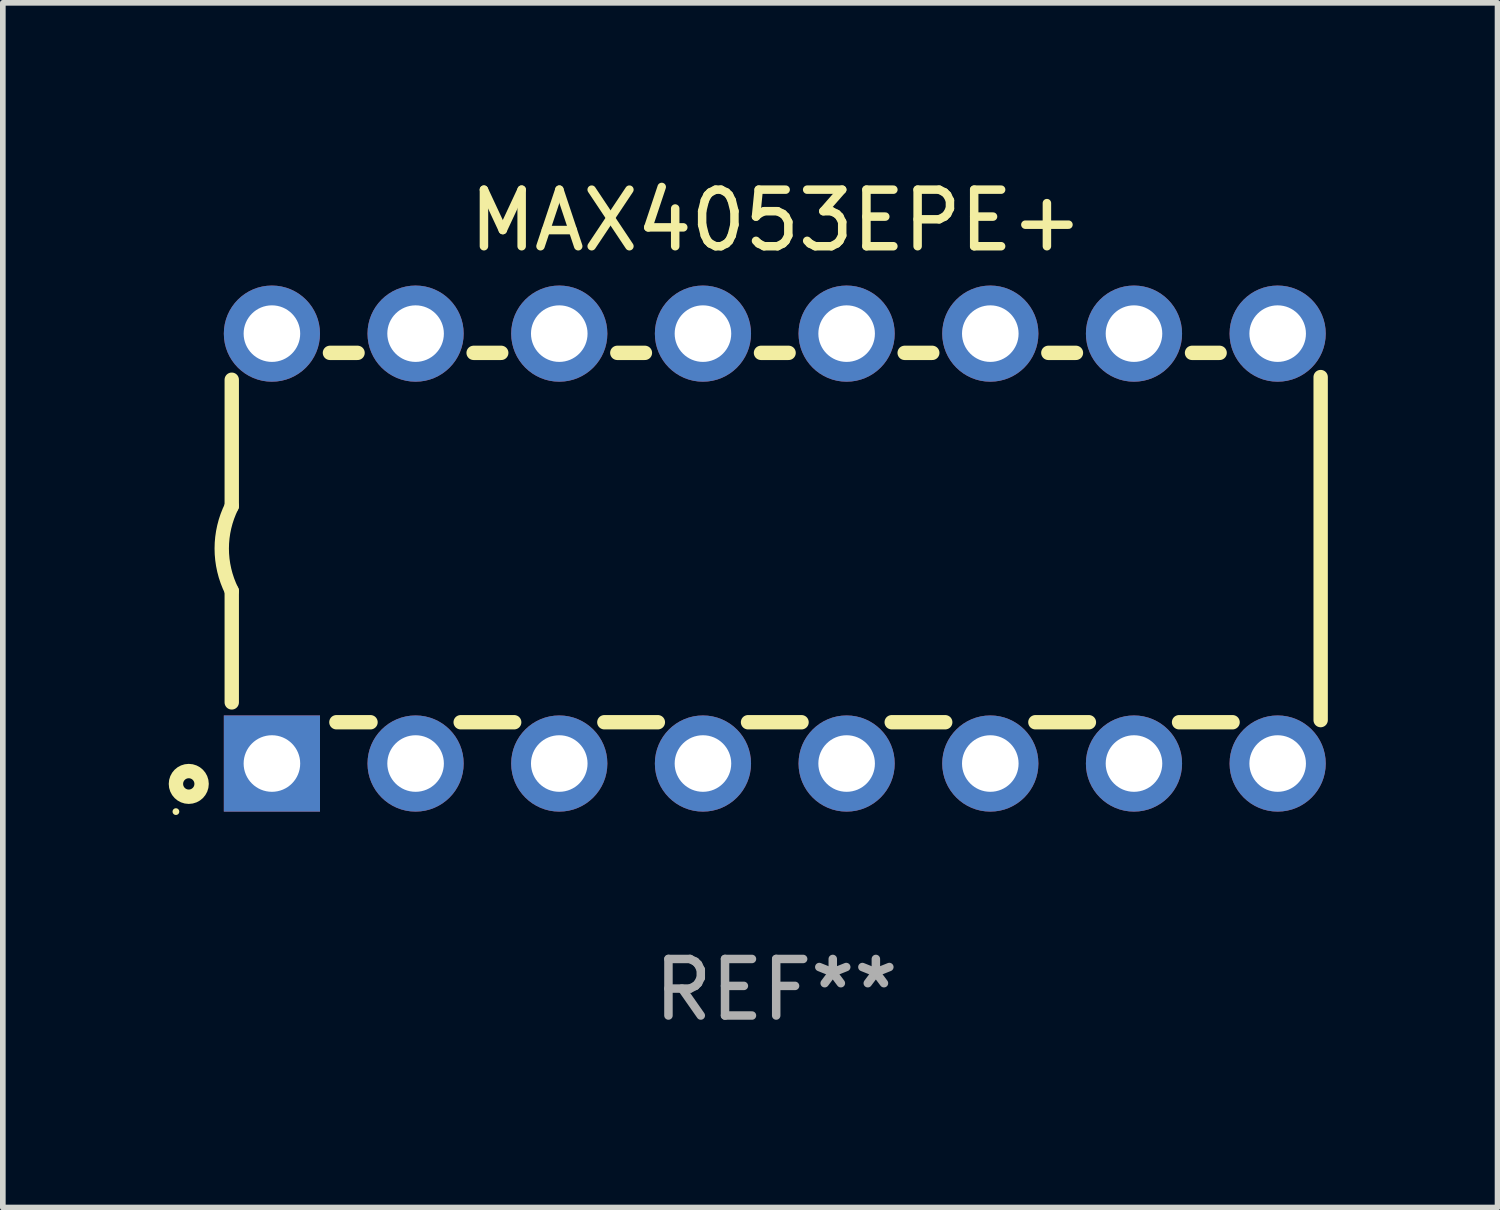
<source format=kicad_pcb>
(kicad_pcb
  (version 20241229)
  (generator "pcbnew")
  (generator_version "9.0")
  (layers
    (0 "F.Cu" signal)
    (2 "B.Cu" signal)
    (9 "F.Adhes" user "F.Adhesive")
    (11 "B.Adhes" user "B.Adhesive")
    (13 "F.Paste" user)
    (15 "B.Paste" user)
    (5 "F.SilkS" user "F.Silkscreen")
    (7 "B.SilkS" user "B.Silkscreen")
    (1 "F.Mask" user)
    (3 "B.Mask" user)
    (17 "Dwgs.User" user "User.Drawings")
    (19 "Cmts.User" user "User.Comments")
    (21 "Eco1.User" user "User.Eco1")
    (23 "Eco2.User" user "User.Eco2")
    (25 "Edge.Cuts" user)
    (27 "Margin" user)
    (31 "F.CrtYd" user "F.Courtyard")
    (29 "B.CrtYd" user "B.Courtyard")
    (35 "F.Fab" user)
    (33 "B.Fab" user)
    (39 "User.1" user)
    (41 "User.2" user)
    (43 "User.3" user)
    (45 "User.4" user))
  (footprint "MAX4053EPE+"
    (layer "F.Cu")
    (at 10.672 6.648)
    (property "Reference" "MAX4053EPE+" (at 0 -5.8 0) (layer "F.SilkS") (effects (font (size 1 1) (thickness 0.15))))
    (attr through_hole)
    (fp_line (start -9.625 -0.75) (end -9.625 -2.985) (stroke (width 0.254) (type solid)) (layer "F.SilkS"))
    (fp_line (start -9.625 0.749) (end -9.625 2.719) (stroke (width 0.254) (type solid)) (layer "F.SilkS"))
    (fp_line (start -7.889 -3.46) (end -7.401 -3.46) (stroke (width 0.254) (type solid)) (layer "F.SilkS"))
    (fp_line (start -7.775 3.07) (end -7.172 3.07) (stroke (width 0.254) (type solid)) (layer "F.SilkS"))
    (fp_line (start -5.578 3.07) (end -4.632 3.07) (stroke (width 0.254) (type solid)) (layer "F.SilkS"))
    (fp_line (start -5.349 -3.46) (end -4.861 -3.46) (stroke (width 0.254) (type solid)) (layer "F.SilkS"))
    (fp_line (start -3.038 3.07) (end -2.092 3.07) (stroke (width 0.254) (type solid)) (layer "F.SilkS"))
    (fp_line (start -2.809 -3.46) (end -2.321 -3.46) (stroke (width 0.254) (type solid)) (layer "F.SilkS"))
    (fp_line (start -0.498 3.07) (end 0.448 3.07) (stroke (width 0.254) (type solid)) (layer "F.SilkS"))
    (fp_line (start -0.269 -3.46) (end 0.219 -3.46) (stroke (width 0.254) (type solid)) (layer "F.SilkS"))
    (fp_line (start 2.042 3.07) (end 2.988 3.07) (stroke (width 0.254) (type solid)) (layer "F.SilkS"))
    (fp_line (start 2.271 -3.46) (end 2.759 -3.46) (stroke (width 0.254) (type solid)) (layer "F.SilkS"))
    (fp_line (start 4.582 3.07) (end 5.528 3.07) (stroke (width 0.254) (type solid)) (layer "F.SilkS"))
    (fp_line (start 4.811 -3.46) (end 5.299 -3.46) (stroke (width 0.254) (type solid)) (layer "F.SilkS"))
    (fp_line (start 7.122 3.07) (end 8.068 3.07) (stroke (width 0.254) (type solid)) (layer "F.SilkS"))
    (fp_line (start 7.351 -3.46) (end 7.839 -3.46) (stroke (width 0.254) (type solid)) (layer "F.SilkS"))
    (fp_line (start 9.625 3.032) (end 9.625 -3.032) (stroke (width 0.254) (type solid)) (layer "F.SilkS"))
    (fp_arc (start -9.62498 0.748819) (mid -9.801899 -0.000581) (end -9.625006 -0.749987) (stroke (width 0.254001) (type solid)) (layer "F.SilkS"))
    (fp_circle (center -10.612 4.65) (end -10.582 4.65) (stroke (width 0.06) (type solid)) (fill no) (layer "F.SilkS"))
    (fp_circle (center -10.385 4.16) (end -10.285 4.16) (stroke (width 0.254) (type solid)) (fill no) (layer "F.SilkS"))
    (fp_text user "REF**" (at 0 7.8 0) (layer "F.Fab") (effects (font (size 1 1) (thickness 0.15))))
    (pad "1" thru_hole rect (at -8.915 3.8 90) (size 1.7 1.7) (drill 1) (layers "*.Cu" "*.Mask"))
    (pad "2" thru_hole circle (at -6.375 3.8) (size 1.7 1.7) (drill 1) (layers "*.Cu" "*.Mask"))
    (pad "3" thru_hole circle (at -3.835 3.8) (size 1.7 1.7) (drill 1) (layers "*.Cu" "*.Mask"))
    (pad "4" thru_hole circle (at -1.295 3.8) (size 1.7 1.7) (drill 1) (layers "*.Cu" "*.Mask"))
    (pad "5" thru_hole circle (at 1.245 3.8) (size 1.7 1.7) (drill 1) (layers "*.Cu" "*.Mask"))
    (pad "6" thru_hole circle (at 3.785 3.8) (size 1.7 1.7) (drill 1) (layers "*.Cu" "*.Mask"))
    (pad "7" thru_hole circle (at 6.325 3.8) (size 1.7 1.7) (drill 1) (layers "*.Cu" "*.Mask"))
    (pad "8" thru_hole circle (at 8.865 3.8) (size 1.7 1.7) (drill 1) (layers "*.Cu" "*.Mask"))
    (pad "9" thru_hole circle (at 8.865 -3.8) (size 1.7 1.7) (drill 1) (layers "*.Cu" "*.Mask"))
    (pad "10" thru_hole circle (at 6.325 -3.8) (size 1.7 1.7) (drill 1) (layers "*.Cu" "*.Mask"))
    (pad "11" thru_hole circle (at 3.785 -3.8) (size 1.7 1.7) (drill 1) (layers "*.Cu" "*.Mask"))
    (pad "12" thru_hole circle (at 1.245 -3.8) (size 1.7 1.7) (drill 1) (layers "*.Cu" "*.Mask"))
    (pad "13" thru_hole circle (at -1.295 -3.8) (size 1.7 1.7) (drill 1) (layers "*.Cu" "*.Mask"))
    (pad "14" thru_hole circle (at -3.835 -3.8) (size 1.7 1.7) (drill 1) (layers "*.Cu" "*.Mask"))
    (pad "15" thru_hole circle (at -6.375 -3.8) (size 1.7 1.7) (drill 1) (layers "*.Cu" "*.Mask"))
    (pad "16" thru_hole circle (at -8.915 -3.8) (size 1.7 1.7) (drill 1) (layers "*.Cu" "*.Mask")))
  (gr_rect
    (start -3 -3)
    (end 23.424 18.297)
    (stroke (width 0.1) (type default))
    (fill no)
    (layer "Edge.Cuts")))
</source>
